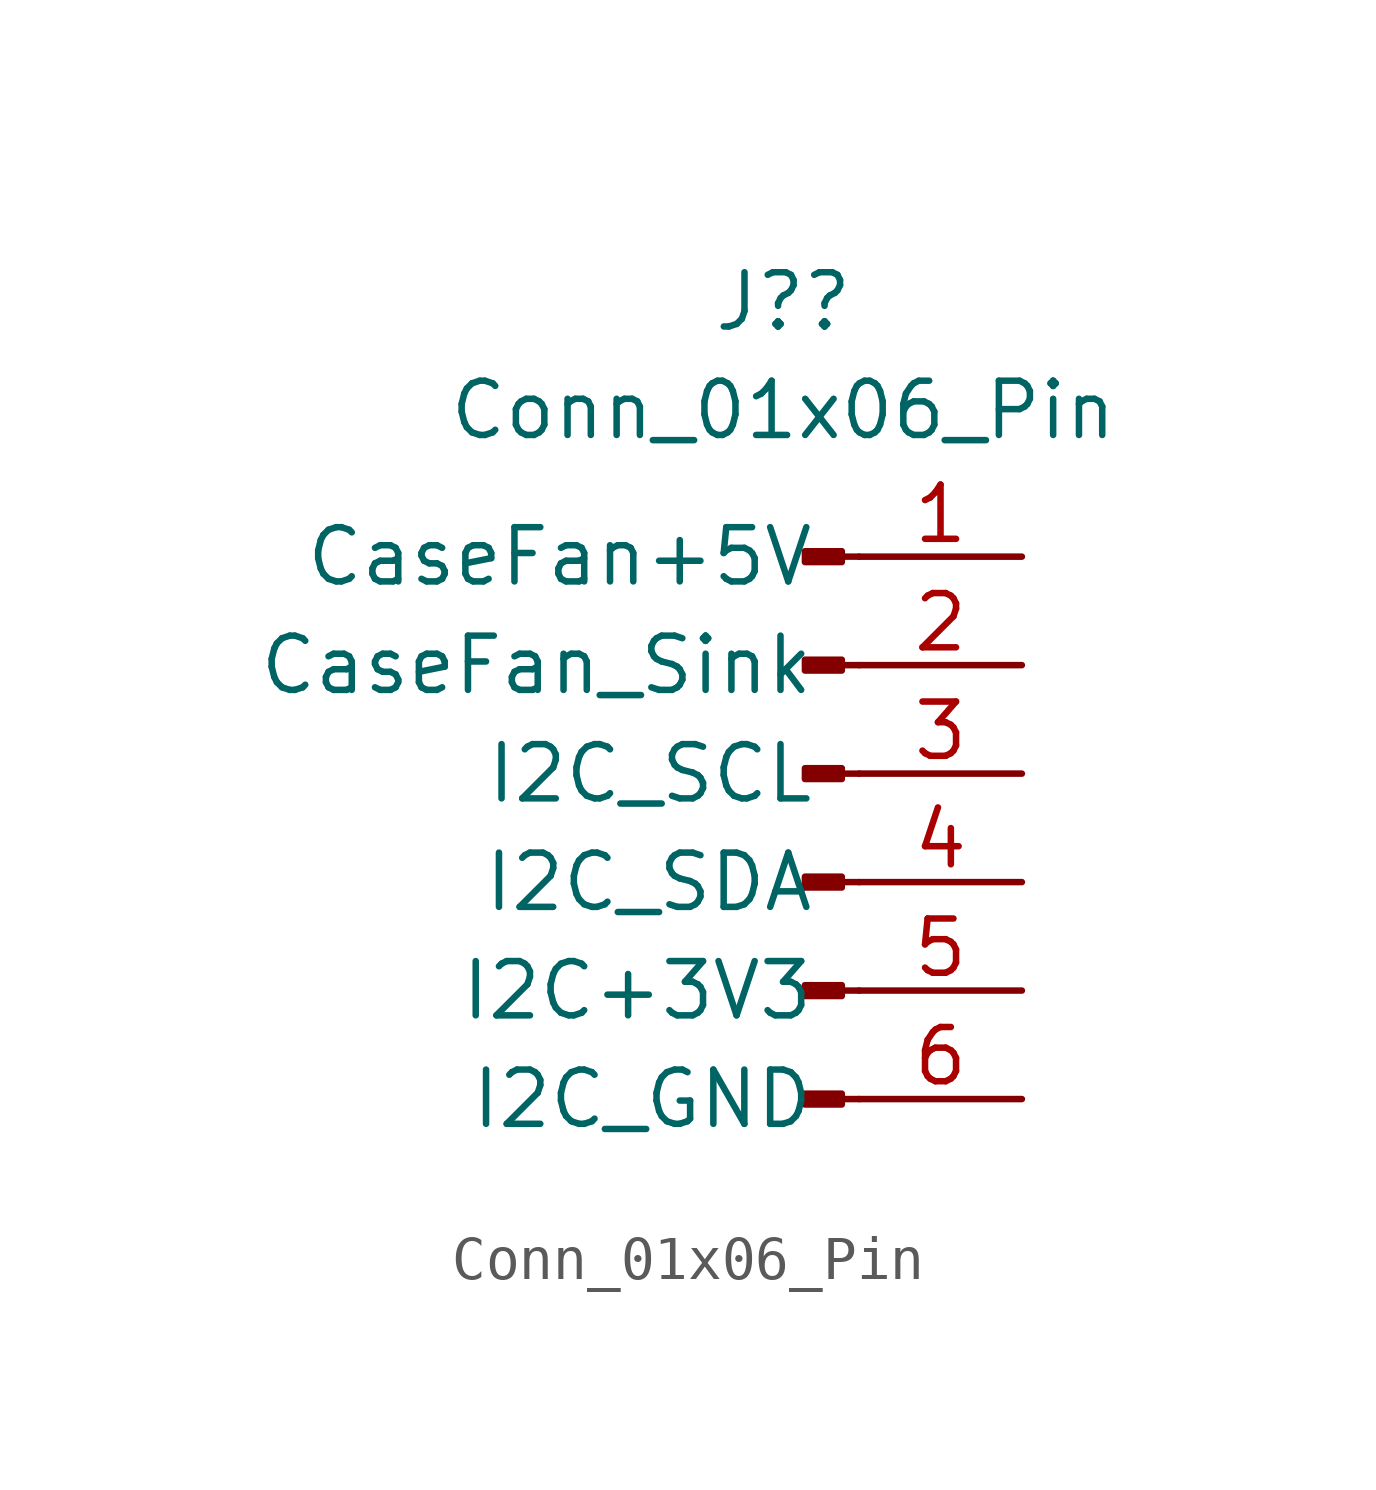
<source format=kicad_sym>
(kicad_symbol_lib
  (version 20220914)
  (generator kicad_symbol_editor)
  (symbol "Conn_01x06_Pin"
    (pin_names
      (offset 1.016))
    (property "Reference" "J?"
      (at -2.413 11.049 0)
      (effects (font (size 1.27 1.27))))
    (property "Value" "Conn_01x06_Pin"
      (at -2.413 8.509 0)
      (effects (font (size 1.27 1.27))))
    (symbol "Conn_01x06_Pin_1_1"
      (rectangle (start -1.041 -7.493) (end -1.905 -7.747) (stroke (width 0.152) (type default)) (fill (type outline)))
      (rectangle (start -1.041 -4.953) (end -1.905 -5.207) (stroke (width 0.152) (type default)) (fill (type outline)))
      (rectangle (start -1.041 -2.413) (end -1.905 -2.667) (stroke (width 0.152) (type default)) (fill (type outline)))
      (rectangle (start -1.041 0.127) (end -1.905 -0.127) (stroke (width 0.152) (type default)) (fill (type outline)))
      (rectangle (start -1.041 2.667) (end -1.905 2.413) (stroke (width 0.152) (type default)) (fill (type outline)))
      (rectangle (start -1.041 5.207) (end -1.905 4.953) (stroke (width 0.152) (type default)) (fill (type outline)))
      (polyline (pts (xy -0.635 -7.62) (xy -1.041 -7.62)) (stroke (width 0.152) (type default)) (fill (type none)))
      (polyline (pts (xy -0.635 -5.08) (xy -1.041 -5.08)) (stroke (width 0.152) (type default)) (fill (type none)))
      (polyline (pts (xy -0.635 -2.54) (xy -1.041 -2.54)) (stroke (width 0.152) (type default)) (fill (type none)))
      (polyline (pts (xy -0.635 0) (xy -1.041 0)) (stroke (width 0.152) (type default)) (fill (type none)))
      (polyline (pts (xy -0.635 2.54) (xy -1.041 2.54)) (stroke (width 0.152) (type default)) (fill (type none)))
      (polyline (pts (xy -0.635 5.08) (xy -1.041 5.08)) (stroke (width 0.152) (type default)) (fill (type none)))
      (pin power_in line (at 3.175 5.08 180) (length 3.81) (name "CaseFan+5V" (effects (font (size 1.27 1.27)))) (number "1" (effects (font (size 1.27 1.27)))))
      (pin passive line (at 3.175 2.54 180) (length 3.81) (name "CaseFan_Sink" (effects (font (size 1.27 1.27)))) (number "2" (effects (font (size 1.27 1.27)))))
      (pin bidirectional line (at 3.175 0 180) (length 3.81) (name "I2C_SCL" (effects (font (size 1.27 1.27)))) (number "3" (effects (font (size 1.27 1.27)))))
      (pin bidirectional line (at 3.175 -2.54 180) (length 3.81) (name "I2C_SDA" (effects (font (size 1.27 1.27)))) (number "4" (effects (font (size 1.27 1.27)))))
      (pin power_in line (at 3.175 -5.08 180) (length 3.81) (name "I2C+3V3" (effects (font (size 1.27 1.27)))) (number "5" (effects (font (size 1.27 1.27)))))
      (pin power_in line (at 3.175 -7.62 180) (length 3.81) (name "I2C_GND" (effects (font (size 1.27 1.27)))) (number "6" (effects (font (size 1.27 1.27))))))))
</source>
